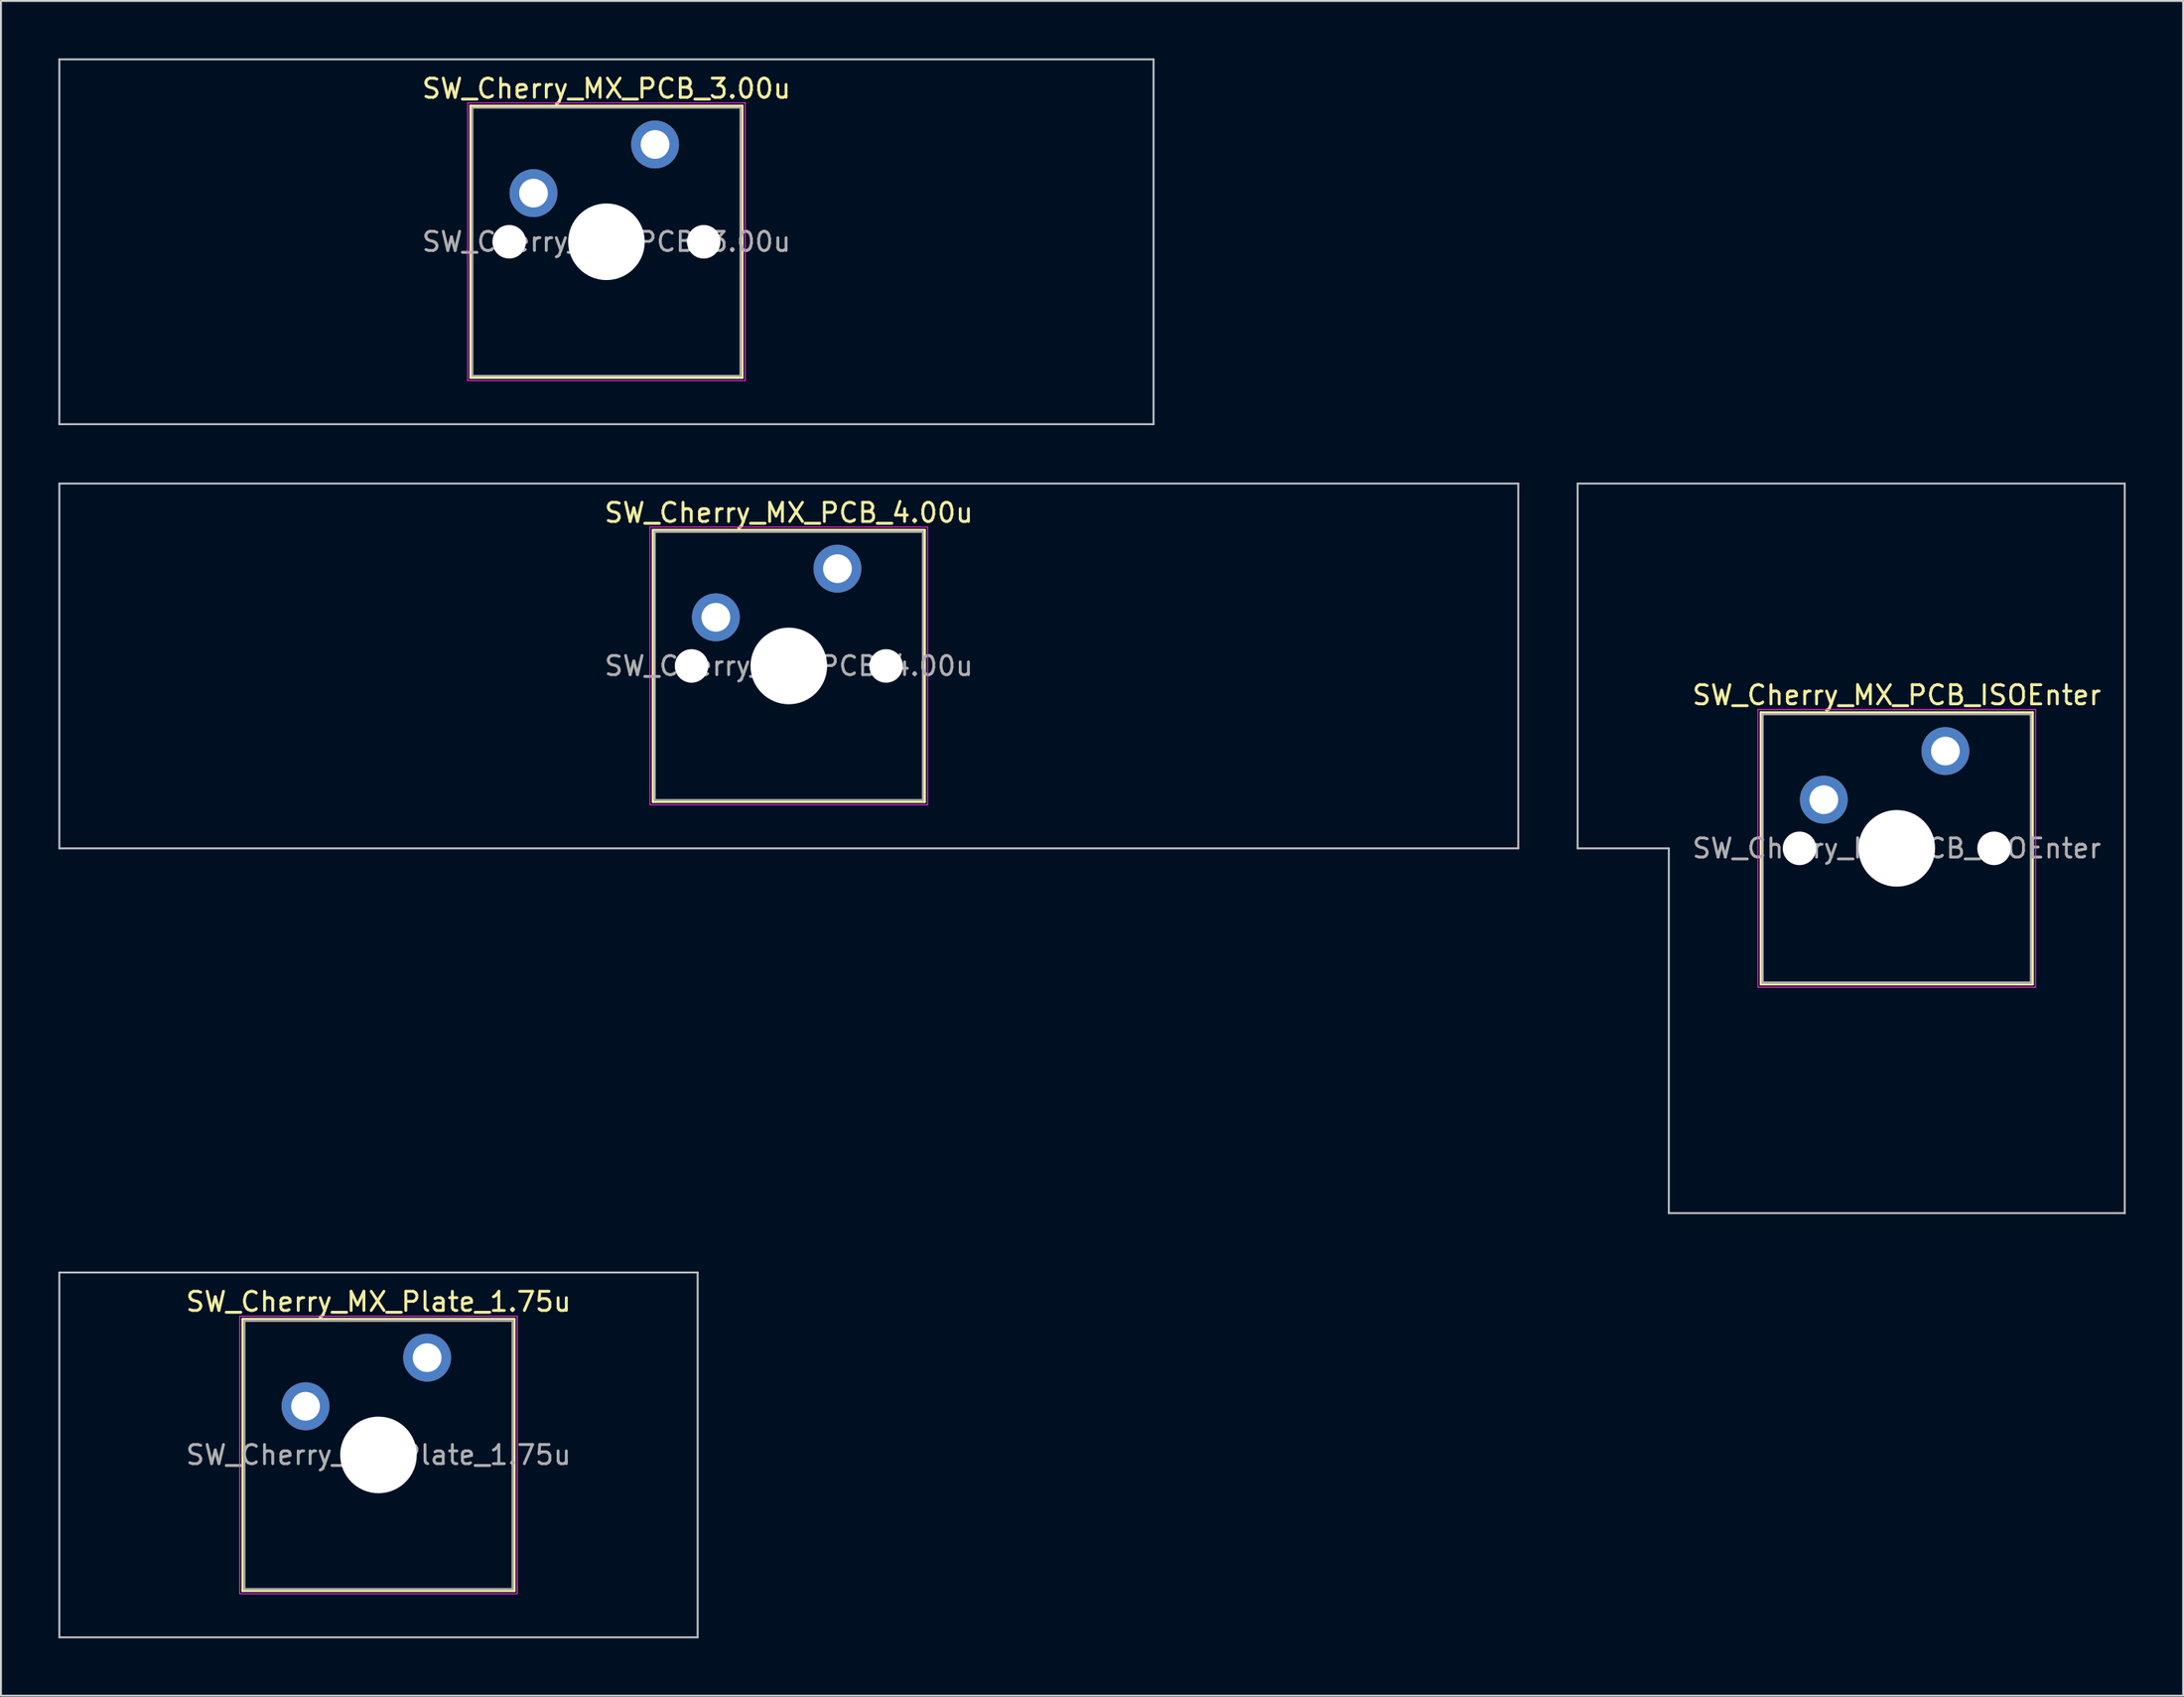
<source format=kicad_pcb>
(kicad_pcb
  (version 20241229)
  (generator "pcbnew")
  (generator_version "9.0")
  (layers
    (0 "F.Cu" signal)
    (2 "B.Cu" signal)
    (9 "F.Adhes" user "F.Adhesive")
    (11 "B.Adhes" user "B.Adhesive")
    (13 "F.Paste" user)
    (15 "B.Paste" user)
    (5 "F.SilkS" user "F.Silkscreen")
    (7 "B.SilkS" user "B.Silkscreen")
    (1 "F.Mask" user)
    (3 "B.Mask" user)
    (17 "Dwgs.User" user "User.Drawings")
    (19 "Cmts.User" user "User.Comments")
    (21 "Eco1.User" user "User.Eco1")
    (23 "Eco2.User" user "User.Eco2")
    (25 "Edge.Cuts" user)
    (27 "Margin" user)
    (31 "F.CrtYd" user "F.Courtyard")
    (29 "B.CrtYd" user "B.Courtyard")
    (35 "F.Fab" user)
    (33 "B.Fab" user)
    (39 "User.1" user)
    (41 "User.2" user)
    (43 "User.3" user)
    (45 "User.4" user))
  (footprint "SW_Cherry_MX_PCB_ISOEnter"
    (layer "F.Cu")
    (at 96.019 41.25)
    (property "Reference" "SW_Cherry_MX_PCB_ISOEnter" (at 0 -8 0) (layer "F.SilkS") (effects (font (size 1 1) (thickness 0.15))))
    (attr through_hole)
    (fp_line (start -7.1 -7.1) (end -7.1 7.1) (stroke (width 0.12) (type solid)) (layer "F.SilkS"))
    (fp_line (start -7.1 7.1) (end 7.1 7.1) (stroke (width 0.12) (type solid)) (layer "F.SilkS"))
    (fp_line (start 7.1 -7.1) (end -7.1 -7.1) (stroke (width 0.12) (type solid)) (layer "F.SilkS"))
    (fp_line (start 7.1 7.1) (end 7.1 -7.1) (stroke (width 0.12) (type solid)) (layer "F.SilkS"))
    (fp_line (start -16.669 -19.05) (end -16.669 0) (stroke (width 0.1) (type solid)) (layer "Dwgs.User"))
    (fp_line (start -16.669 0) (end -11.906 0) (stroke (width 0.1) (type solid)) (layer "Dwgs.User"))
    (fp_line (start -11.906 0) (end -11.906 19.05) (stroke (width 0.1) (type solid)) (layer "Dwgs.User"))
    (fp_line (start -11.906 19.05) (end 11.906 19.05) (stroke (width 0.1) (type solid)) (layer "Dwgs.User"))
    (fp_line (start 11.906 -19.05) (end -16.669 -19.05) (stroke (width 0.1) (type solid)) (layer "Dwgs.User"))
    (fp_line (start 11.906 19.05) (end 11.906 -19.05) (stroke (width 0.1) (type solid)) (layer "Dwgs.User"))
    (fp_line (start -7 -7) (end -7 7) (stroke (width 0.1) (type solid)) (layer "Eco1.User"))
    (fp_line (start -7 7) (end 7 7) (stroke (width 0.1) (type solid)) (layer "Eco1.User"))
    (fp_line (start 7 -7) (end -7 -7) (stroke (width 0.1) (type solid)) (layer "Eco1.User"))
    (fp_line (start 7 7) (end 7 -7) (stroke (width 0.1) (type solid)) (layer "Eco1.User"))
    (fp_line (start -7.25 -7.25) (end -7.25 7.25) (stroke (width 0.05) (type solid)) (layer "F.CrtYd"))
    (fp_line (start -7.25 7.25) (end 7.25 7.25) (stroke (width 0.05) (type solid)) (layer "F.CrtYd"))
    (fp_line (start 7.25 -7.25) (end -7.25 -7.25) (stroke (width 0.05) (type solid)) (layer "F.CrtYd"))
    (fp_line (start 7.25 7.25) (end 7.25 -7.25) (stroke (width 0.05) (type solid)) (layer "F.CrtYd"))
    (fp_line (start -7 -7) (end -7 7) (stroke (width 0.1) (type solid)) (layer "F.Fab"))
    (fp_line (start -7 7) (end 7 7) (stroke (width 0.1) (type solid)) (layer "F.Fab"))
    (fp_line (start 7 -7) (end -7 -7) (stroke (width 0.1) (type solid)) (layer "F.Fab"))
    (fp_line (start 7 7) (end 7 -7) (stroke (width 0.1) (type solid)) (layer "F.Fab"))
    (fp_text user "${REFERENCE}" (at 0 0 0) (layer "F.Fab") (effects (font (size 1 1) (thickness 0.15))))
    (pad "" np_thru_hole circle (at -5.08 0) (size 1.75 1.75) (drill 1.75) (layers "*.Cu" "*.Mask"))
    (pad "" np_thru_hole circle (at 0 0) (size 4 4) (drill 4) (layers "*.Cu" "*.Mask"))
    (pad "" np_thru_hole circle (at 5.08 0) (size 1.75 1.75) (drill 1.75) (layers "*.Cu" "*.Mask"))
    (pad "1" thru_hole circle (at -3.81 -2.54) (size 2.5 2.5) (drill 1.5) (layers "*.Cu" "*.Mask"))
    (pad "2" thru_hole circle (at 2.54 -5.08) (size 2.5 2.5) (drill 1.5) (layers "*.Cu" "*.Mask")))
  (footprint "SW_Cherry_MX_PCB_4.00u"
    (layer "F.Cu")
    (at 38.15 31.725)
    (property "Reference" "SW_Cherry_MX_PCB_4.00u" (at 0 -8 0) (layer "F.SilkS") (effects (font (size 1 1) (thickness 0.15))))
    (attr through_hole)
    (fp_line (start -7.1 -7.1) (end -7.1 7.1) (stroke (width 0.12) (type solid)) (layer "F.SilkS"))
    (fp_line (start -7.1 7.1) (end 7.1 7.1) (stroke (width 0.12) (type solid)) (layer "F.SilkS"))
    (fp_line (start 7.1 -7.1) (end -7.1 -7.1) (stroke (width 0.12) (type solid)) (layer "F.SilkS"))
    (fp_line (start 7.1 7.1) (end 7.1 -7.1) (stroke (width 0.12) (type solid)) (layer "F.SilkS"))
    (fp_line (start -38.1 -9.525) (end -38.1 9.525) (stroke (width 0.1) (type solid)) (layer "Dwgs.User"))
    (fp_line (start -38.1 9.525) (end 38.1 9.525) (stroke (width 0.1) (type solid)) (layer "Dwgs.User"))
    (fp_line (start 38.1 -9.525) (end -38.1 -9.525) (stroke (width 0.1) (type solid)) (layer "Dwgs.User"))
    (fp_line (start 38.1 9.525) (end 38.1 -9.525) (stroke (width 0.1) (type solid)) (layer "Dwgs.User"))
    (fp_line (start -7 -7) (end -7 7) (stroke (width 0.1) (type solid)) (layer "Eco1.User"))
    (fp_line (start -7 7) (end 7 7) (stroke (width 0.1) (type solid)) (layer "Eco1.User"))
    (fp_line (start 7 -7) (end -7 -7) (stroke (width 0.1) (type solid)) (layer "Eco1.User"))
    (fp_line (start 7 7) (end 7 -7) (stroke (width 0.1) (type solid)) (layer "Eco1.User"))
    (fp_line (start -7.25 -7.25) (end -7.25 7.25) (stroke (width 0.05) (type solid)) (layer "F.CrtYd"))
    (fp_line (start -7.25 7.25) (end 7.25 7.25) (stroke (width 0.05) (type solid)) (layer "F.CrtYd"))
    (fp_line (start 7.25 -7.25) (end -7.25 -7.25) (stroke (width 0.05) (type solid)) (layer "F.CrtYd"))
    (fp_line (start 7.25 7.25) (end 7.25 -7.25) (stroke (width 0.05) (type solid)) (layer "F.CrtYd"))
    (fp_line (start -7 -7) (end -7 7) (stroke (width 0.1) (type solid)) (layer "F.Fab"))
    (fp_line (start -7 7) (end 7 7) (stroke (width 0.1) (type solid)) (layer "F.Fab"))
    (fp_line (start 7 -7) (end -7 -7) (stroke (width 0.1) (type solid)) (layer "F.Fab"))
    (fp_line (start 7 7) (end 7 -7) (stroke (width 0.1) (type solid)) (layer "F.Fab"))
    (fp_text user "${REFERENCE}" (at 0 0 0) (layer "F.Fab") (effects (font (size 1 1) (thickness 0.15))))
    (pad "" np_thru_hole circle (at -5.08 0) (size 1.75 1.75) (drill 1.75) (layers "*.Cu" "*.Mask"))
    (pad "" np_thru_hole circle (at 0 0) (size 4 4) (drill 4) (layers "*.Cu" "*.Mask"))
    (pad "" np_thru_hole circle (at 5.08 0) (size 1.75 1.75) (drill 1.75) (layers "*.Cu" "*.Mask"))
    (pad "1" thru_hole circle (at -3.81 -2.54) (size 2.5 2.5) (drill 1.5) (layers "*.Cu" "*.Mask"))
    (pad "2" thru_hole circle (at 2.54 -5.08) (size 2.5 2.5) (drill 1.5) (layers "*.Cu" "*.Mask")))
  (footprint "SW_Cherry_MX_PCB_3.00u"
    (layer "F.Cu")
    (at 28.625 9.575)
    (property "Reference" "SW_Cherry_MX_PCB_3.00u" (at 0 -8 0) (layer "F.SilkS") (effects (font (size 1 1) (thickness 0.15))))
    (attr through_hole)
    (fp_line (start -7.1 -7.1) (end -7.1 7.1) (stroke (width 0.12) (type solid)) (layer "F.SilkS"))
    (fp_line (start -7.1 7.1) (end 7.1 7.1) (stroke (width 0.12) (type solid)) (layer "F.SilkS"))
    (fp_line (start 7.1 -7.1) (end -7.1 -7.1) (stroke (width 0.12) (type solid)) (layer "F.SilkS"))
    (fp_line (start 7.1 7.1) (end 7.1 -7.1) (stroke (width 0.12) (type solid)) (layer "F.SilkS"))
    (fp_line (start -28.575 -9.525) (end -28.575 9.525) (stroke (width 0.1) (type solid)) (layer "Dwgs.User"))
    (fp_line (start -28.575 9.525) (end 28.575 9.525) (stroke (width 0.1) (type solid)) (layer "Dwgs.User"))
    (fp_line (start 28.575 -9.525) (end -28.575 -9.525) (stroke (width 0.1) (type solid)) (layer "Dwgs.User"))
    (fp_line (start 28.575 9.525) (end 28.575 -9.525) (stroke (width 0.1) (type solid)) (layer "Dwgs.User"))
    (fp_line (start -7 -7) (end -7 7) (stroke (width 0.1) (type solid)) (layer "Eco1.User"))
    (fp_line (start -7 7) (end 7 7) (stroke (width 0.1) (type solid)) (layer "Eco1.User"))
    (fp_line (start 7 -7) (end -7 -7) (stroke (width 0.1) (type solid)) (layer "Eco1.User"))
    (fp_line (start 7 7) (end 7 -7) (stroke (width 0.1) (type solid)) (layer "Eco1.User"))
    (fp_line (start -7.25 -7.25) (end -7.25 7.25) (stroke (width 0.05) (type solid)) (layer "F.CrtYd"))
    (fp_line (start -7.25 7.25) (end 7.25 7.25) (stroke (width 0.05) (type solid)) (layer "F.CrtYd"))
    (fp_line (start 7.25 -7.25) (end -7.25 -7.25) (stroke (width 0.05) (type solid)) (layer "F.CrtYd"))
    (fp_line (start 7.25 7.25) (end 7.25 -7.25) (stroke (width 0.05) (type solid)) (layer "F.CrtYd"))
    (fp_line (start -7 -7) (end -7 7) (stroke (width 0.1) (type solid)) (layer "F.Fab"))
    (fp_line (start -7 7) (end 7 7) (stroke (width 0.1) (type solid)) (layer "F.Fab"))
    (fp_line (start 7 -7) (end -7 -7) (stroke (width 0.1) (type solid)) (layer "F.Fab"))
    (fp_line (start 7 7) (end 7 -7) (stroke (width 0.1) (type solid)) (layer "F.Fab"))
    (fp_text user "${REFERENCE}" (at 0 0 0) (layer "F.Fab") (effects (font (size 1 1) (thickness 0.15))))
    (pad "" np_thru_hole circle (at -5.08 0) (size 1.75 1.75) (drill 1.75) (layers "*.Cu" "*.Mask"))
    (pad "" np_thru_hole circle (at 0 0) (size 4 4) (drill 4) (layers "*.Cu" "*.Mask"))
    (pad "" np_thru_hole circle (at 5.08 0) (size 1.75 1.75) (drill 1.75) (layers "*.Cu" "*.Mask"))
    (pad "1" thru_hole circle (at -3.81 -2.54) (size 2.5 2.5) (drill 1.5) (layers "*.Cu" "*.Mask"))
    (pad "2" thru_hole circle (at 2.54 -5.08) (size 2.5 2.5) (drill 1.5) (layers "*.Cu" "*.Mask")))
  (footprint "SW_Cherry_MX_Plate_1.75u"
    (layer "F.Cu")
    (at 16.719 72.925)
    (property "Reference" "SW_Cherry_MX_Plate_1.75u" (at 0 -8 0) (layer "F.SilkS") (effects (font (size 1 1) (thickness 0.15))))
    (attr through_hole)
    (fp_line (start -7.1 -7.1) (end -7.1 7.1) (stroke (width 0.12) (type solid)) (layer "F.SilkS"))
    (fp_line (start -7.1 7.1) (end 7.1 7.1) (stroke (width 0.12) (type solid)) (layer "F.SilkS"))
    (fp_line (start 7.1 -7.1) (end -7.1 -7.1) (stroke (width 0.12) (type solid)) (layer "F.SilkS"))
    (fp_line (start 7.1 7.1) (end 7.1 -7.1) (stroke (width 0.12) (type solid)) (layer "F.SilkS"))
    (fp_line (start -16.669 -9.525) (end -16.669 9.525) (stroke (width 0.1) (type solid)) (layer "Dwgs.User"))
    (fp_line (start -16.669 9.525) (end 16.669 9.525) (stroke (width 0.1) (type solid)) (layer "Dwgs.User"))
    (fp_line (start 16.669 -9.525) (end -16.669 -9.525) (stroke (width 0.1) (type solid)) (layer "Dwgs.User"))
    (fp_line (start 16.669 9.525) (end 16.669 -9.525) (stroke (width 0.1) (type solid)) (layer "Dwgs.User"))
    (fp_line (start -7 -7) (end -7 7) (stroke (width 0.1) (type solid)) (layer "Eco1.User"))
    (fp_line (start -7 7) (end 7 7) (stroke (width 0.1) (type solid)) (layer "Eco1.User"))
    (fp_line (start 7 -7) (end -7 -7) (stroke (width 0.1) (type solid)) (layer "Eco1.User"))
    (fp_line (start 7 7) (end 7 -7) (stroke (width 0.1) (type solid)) (layer "Eco1.User"))
    (fp_line (start -7.25 -7.25) (end -7.25 7.25) (stroke (width 0.05) (type solid)) (layer "F.CrtYd"))
    (fp_line (start -7.25 7.25) (end 7.25 7.25) (stroke (width 0.05) (type solid)) (layer "F.CrtYd"))
    (fp_line (start 7.25 -7.25) (end -7.25 -7.25) (stroke (width 0.05) (type solid)) (layer "F.CrtYd"))
    (fp_line (start 7.25 7.25) (end 7.25 -7.25) (stroke (width 0.05) (type solid)) (layer "F.CrtYd"))
    (fp_line (start -7 -7) (end -7 7) (stroke (width 0.1) (type solid)) (layer "F.Fab"))
    (fp_line (start -7 7) (end 7 7) (stroke (width 0.1) (type solid)) (layer "F.Fab"))
    (fp_line (start 7 -7) (end -7 -7) (stroke (width 0.1) (type solid)) (layer "F.Fab"))
    (fp_line (start 7 7) (end 7 -7) (stroke (width 0.1) (type solid)) (layer "F.Fab"))
    (fp_text user "${REFERENCE}" (at 0 0 0) (layer "F.Fab") (effects (font (size 1 1) (thickness 0.15))))
    (pad "" np_thru_hole circle (at 0 0) (size 4 4) (drill 4) (layers "*.Cu" "*.Mask"))
    (pad "1" thru_hole circle (at -3.81 -2.54) (size 2.5 2.5) (drill 1.5) (layers "*.Cu" "*.Mask"))
    (pad "2" thru_hole circle (at 2.54 -5.08) (size 2.5 2.5) (drill 1.5) (layers "*.Cu" "*.Mask")))
  (gr_rect
    (start -3 -3)
    (end 110.975 85.5)
    (stroke (width 0.1) (type default))
    (fill no)
    (layer "Edge.Cuts")))
</source>
